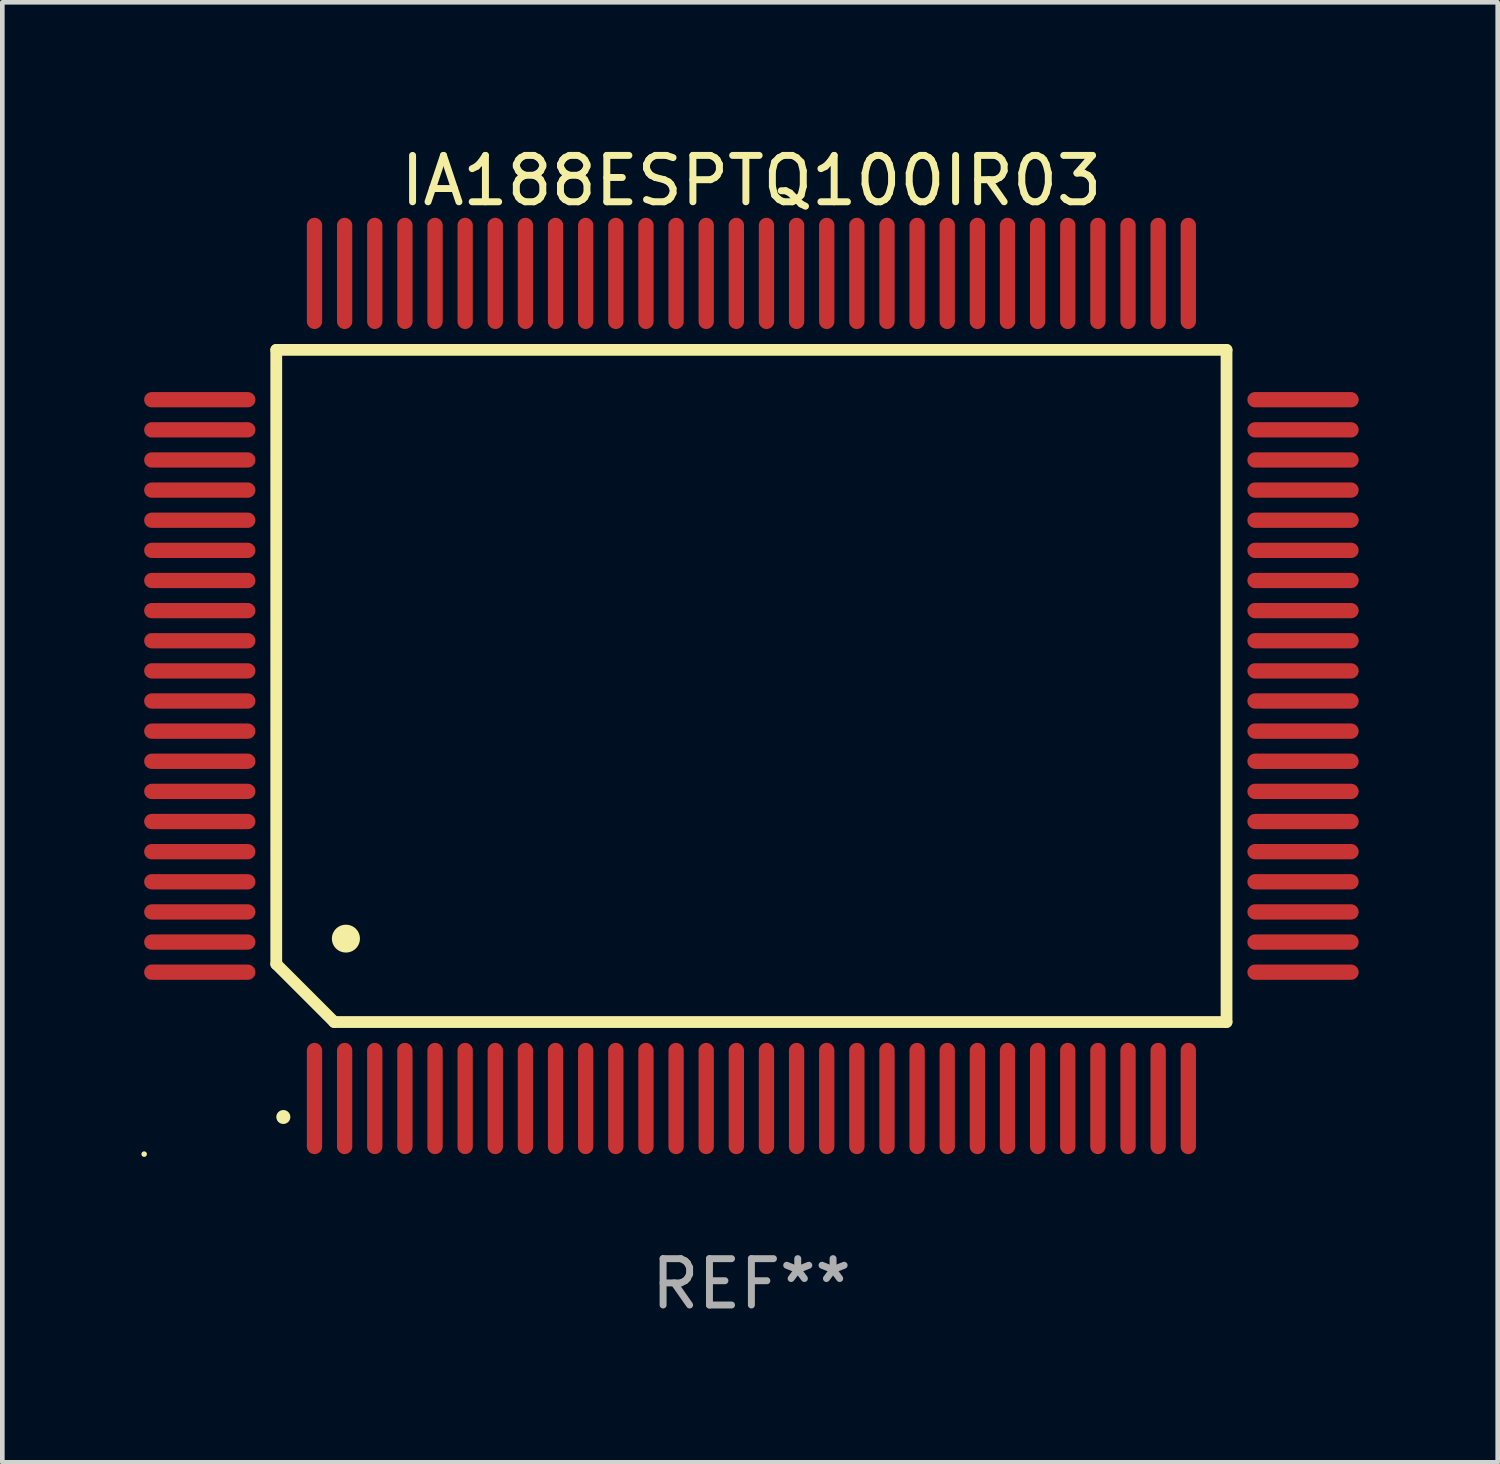
<source format=kicad_pcb>
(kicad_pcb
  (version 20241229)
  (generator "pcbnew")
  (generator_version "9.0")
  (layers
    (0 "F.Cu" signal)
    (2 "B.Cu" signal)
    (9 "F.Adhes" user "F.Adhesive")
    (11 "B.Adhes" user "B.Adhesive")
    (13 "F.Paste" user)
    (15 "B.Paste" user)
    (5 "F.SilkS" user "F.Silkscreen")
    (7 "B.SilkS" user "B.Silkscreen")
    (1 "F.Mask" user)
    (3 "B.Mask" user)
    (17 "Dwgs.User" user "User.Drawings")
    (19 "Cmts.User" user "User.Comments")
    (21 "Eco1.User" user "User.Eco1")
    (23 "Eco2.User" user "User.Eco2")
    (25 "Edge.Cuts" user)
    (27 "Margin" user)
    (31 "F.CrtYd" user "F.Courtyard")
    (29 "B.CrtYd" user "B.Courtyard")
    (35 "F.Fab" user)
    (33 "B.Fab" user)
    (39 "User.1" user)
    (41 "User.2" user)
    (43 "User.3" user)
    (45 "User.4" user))
  (footprint "IA188ESPTQ100IR03"
    (layer "F.Cu")
    (at 13.16 11.748)
    (property "Reference" "IA188ESPTQ100IR03" (at 0 -10.9 0) (layer "F.SilkS") (effects (font (size 1 1) (thickness 0.15))))
    (attr through_hole)
    (fp_line (start -10.25 -7.25) (end 10.25 -7.25) (stroke (width 0.254) (type solid)) (layer "F.SilkS"))
    (fp_line (start -10.25 6) (end -10.25 -7.25) (stroke (width 0.254) (type solid)) (layer "F.SilkS"))
    (fp_line (start -9 7.25) (end -10.25 6) (stroke (width 0.254) (type solid)) (layer "F.SilkS"))
    (fp_line (start 10.25 -7.25) (end 10.25 7.25) (stroke (width 0.254) (type solid)) (layer "F.SilkS"))
    (fp_line (start 10.25 7.25) (end -9 7.25) (stroke (width 0.254) (type solid)) (layer "F.SilkS"))
    (fp_arc (start -10.09906 9.298959) (mid -10.09779 9.298954) (end -10.09652 9.298959) (stroke (width 0.3) (type solid)) (layer "F.SilkS"))
    (fp_arc (start -8.750318 5.450851) (mid -8.747778 5.45084) (end -8.745238 5.450851) (stroke (width 0.6) (type solid)) (layer "F.SilkS"))
    (fp_circle (center -13.1 10.1) (end -13.07 10.1) (stroke (width 0.06) (type solid)) (fill no) (layer "F.SilkS"))
    (fp_text user "REF**" (at 0 12.9 0) (layer "F.Fab") (effects (font (size 1 1) (thickness 0.15))))
    (pad "1" smd oval (at -9.425 8.9 180) (size 0.33 2.4) (layers "F.Cu" "F.Mask" "F.Paste"))
    (pad "2" smd oval (at -8.775 8.9 180) (size 0.33 2.4) (layers "F.Cu" "F.Mask" "F.Paste"))
    (pad "3" smd oval (at -8.125 8.9 180) (size 0.33 2.4) (layers "F.Cu" "F.Mask" "F.Paste"))
    (pad "4" smd oval (at -7.475 8.9 180) (size 0.33 2.4) (layers "F.Cu" "F.Mask" "F.Paste"))
    (pad "5" smd oval (at -6.825 8.9 180) (size 0.33 2.4) (layers "F.Cu" "F.Mask" "F.Paste"))
    (pad "6" smd oval (at -6.175 8.9 180) (size 0.33 2.4) (layers "F.Cu" "F.Mask" "F.Paste"))
    (pad "7" smd oval (at -5.525 8.9 180) (size 0.33 2.4) (layers "F.Cu" "F.Mask" "F.Paste"))
    (pad "8" smd oval (at -4.875 8.9 180) (size 0.33 2.4) (layers "F.Cu" "F.Mask" "F.Paste"))
    (pad "9" smd oval (at -4.225 8.9 180) (size 0.33 2.4) (layers "F.Cu" "F.Mask" "F.Paste"))
    (pad "10" smd oval (at -3.575 8.9 180) (size 0.33 2.4) (layers "F.Cu" "F.Mask" "F.Paste"))
    (pad "11" smd oval (at -2.925 8.9 180) (size 0.33 2.4) (layers "F.Cu" "F.Mask" "F.Paste"))
    (pad "12" smd oval (at -2.275 8.9 180) (size 0.33 2.4) (layers "F.Cu" "F.Mask" "F.Paste"))
    (pad "13" smd oval (at -1.625 8.9 180) (size 0.33 2.4) (layers "F.Cu" "F.Mask" "F.Paste"))
    (pad "14" smd oval (at -0.975 8.9 180) (size 0.33 2.4) (layers "F.Cu" "F.Mask" "F.Paste"))
    (pad "15" smd oval (at -0.325 8.9 180) (size 0.33 2.4) (layers "F.Cu" "F.Mask" "F.Paste"))
    (pad "16" smd oval (at 0.325 8.9 180) (size 0.33 2.4) (layers "F.Cu" "F.Mask" "F.Paste"))
    (pad "17" smd oval (at 0.975 8.9 180) (size 0.33 2.4) (layers "F.Cu" "F.Mask" "F.Paste"))
    (pad "18" smd oval (at 1.625 8.9 180) (size 0.33 2.4) (layers "F.Cu" "F.Mask" "F.Paste"))
    (pad "19" smd oval (at 2.275 8.9 180) (size 0.33 2.4) (layers "F.Cu" "F.Mask" "F.Paste"))
    (pad "20" smd oval (at 2.925 8.9 180) (size 0.33 2.4) (layers "F.Cu" "F.Mask" "F.Paste"))
    (pad "21" smd oval (at 3.575 8.9 180) (size 0.33 2.4) (layers "F.Cu" "F.Mask" "F.Paste"))
    (pad "22" smd oval (at 4.225 8.9 180) (size 0.33 2.4) (layers "F.Cu" "F.Mask" "F.Paste"))
    (pad "23" smd oval (at 4.875 8.9 180) (size 0.33 2.4) (layers "F.Cu" "F.Mask" "F.Paste"))
    (pad "24" smd oval (at 5.525 8.9 180) (size 0.33 2.4) (layers "F.Cu" "F.Mask" "F.Paste"))
    (pad "25" smd oval (at 6.175 8.9 180) (size 0.33 2.4) (layers "F.Cu" "F.Mask" "F.Paste"))
    (pad "26" smd oval (at 6.825 8.9 180) (size 0.33 2.4) (layers "F.Cu" "F.Mask" "F.Paste"))
    (pad "27" smd oval (at 7.475 8.9 180) (size 0.33 2.4) (layers "F.Cu" "F.Mask" "F.Paste"))
    (pad "28" smd oval (at 8.125 8.9 180) (size 0.33 2.4) (layers "F.Cu" "F.Mask" "F.Paste"))
    (pad "29" smd oval (at 8.775 8.9 180) (size 0.33 2.4) (layers "F.Cu" "F.Mask" "F.Paste"))
    (pad "30" smd oval (at 9.425 8.9 180) (size 0.33 2.4) (layers "F.Cu" "F.Mask" "F.Paste"))
    (pad "31" smd oval (at 11.9 6.175 270) (size 0.33 2.4) (layers "F.Cu" "F.Mask" "F.Paste"))
    (pad "32" smd oval (at 11.9 5.525 270) (size 0.33 2.4) (layers "F.Cu" "F.Mask" "F.Paste"))
    (pad "33" smd oval (at 11.9 4.875 270) (size 0.33 2.4) (layers "F.Cu" "F.Mask" "F.Paste"))
    (pad "34" smd oval (at 11.9 4.225 270) (size 0.33 2.4) (layers "F.Cu" "F.Mask" "F.Paste"))
    (pad "35" smd oval (at 11.9 3.575 270) (size 0.33 2.4) (layers "F.Cu" "F.Mask" "F.Paste"))
    (pad "36" smd oval (at 11.9 2.925 270) (size 0.33 2.4) (layers "F.Cu" "F.Mask" "F.Paste"))
    (pad "37" smd oval (at 11.9 2.275 270) (size 0.33 2.4) (layers "F.Cu" "F.Mask" "F.Paste"))
    (pad "38" smd oval (at 11.9 1.625 270) (size 0.33 2.4) (layers "F.Cu" "F.Mask" "F.Paste"))
    (pad "39" smd oval (at 11.9 0.975 270) (size 0.33 2.4) (layers "F.Cu" "F.Mask" "F.Paste"))
    (pad "40" smd oval (at 11.9 0.325 270) (size 0.33 2.4) (layers "F.Cu" "F.Mask" "F.Paste"))
    (pad "41" smd oval (at 11.9 -0.325 270) (size 0.33 2.4) (layers "F.Cu" "F.Mask" "F.Paste"))
    (pad "42" smd oval (at 11.9 -0.975 270) (size 0.33 2.4) (layers "F.Cu" "F.Mask" "F.Paste"))
    (pad "43" smd oval (at 11.9 -1.625 270) (size 0.33 2.4) (layers "F.Cu" "F.Mask" "F.Paste"))
    (pad "44" smd oval (at 11.9 -2.275 270) (size 0.33 2.4) (layers "F.Cu" "F.Mask" "F.Paste"))
    (pad "45" smd oval (at 11.9 -2.925 270) (size 0.33 2.4) (layers "F.Cu" "F.Mask" "F.Paste"))
    (pad "46" smd oval (at 11.9 -3.575 270) (size 0.33 2.4) (layers "F.Cu" "F.Mask" "F.Paste"))
    (pad "47" smd oval (at 11.9 -4.225 270) (size 0.33 2.4) (layers "F.Cu" "F.Mask" "F.Paste"))
    (pad "48" smd oval (at 11.9 -4.875 270) (size 0.33 2.4) (layers "F.Cu" "F.Mask" "F.Paste"))
    (pad "49" smd oval (at 11.9 -5.525 270) (size 0.33 2.4) (layers "F.Cu" "F.Mask" "F.Paste"))
    (pad "50" smd oval (at 11.9 -6.175 270) (size 0.33 2.4) (layers "F.Cu" "F.Mask" "F.Paste"))
    (pad "51" smd oval (at 9.425 -8.9) (size 0.33 2.4) (layers "F.Cu" "F.Mask" "F.Paste"))
    (pad "52" smd oval (at 8.775 -8.9) (size 0.33 2.4) (layers "F.Cu" "F.Mask" "F.Paste"))
    (pad "53" smd oval (at 8.125 -8.9) (size 0.33 2.4) (layers "F.Cu" "F.Mask" "F.Paste"))
    (pad "54" smd oval (at 7.475 -8.9) (size 0.33 2.4) (layers "F.Cu" "F.Mask" "F.Paste"))
    (pad "55" smd oval (at 6.825 -8.9) (size 0.33 2.4) (layers "F.Cu" "F.Mask" "F.Paste"))
    (pad "56" smd oval (at 6.175 -8.9) (size 0.33 2.4) (layers "F.Cu" "F.Mask" "F.Paste"))
    (pad "57" smd oval (at 5.525 -8.9) (size 0.33 2.4) (layers "F.Cu" "F.Mask" "F.Paste"))
    (pad "58" smd oval (at 4.875 -8.9) (size 0.33 2.4) (layers "F.Cu" "F.Mask" "F.Paste"))
    (pad "59" smd oval (at 4.225 -8.9) (size 0.33 2.4) (layers "F.Cu" "F.Mask" "F.Paste"))
    (pad "60" smd oval (at 3.575 -8.9) (size 0.33 2.4) (layers "F.Cu" "F.Mask" "F.Paste"))
    (pad "61" smd oval (at 2.925 -8.9) (size 0.33 2.4) (layers "F.Cu" "F.Mask" "F.Paste"))
    (pad "62" smd oval (at 2.275 -8.9) (size 0.33 2.4) (layers "F.Cu" "F.Mask" "F.Paste"))
    (pad "63" smd oval (at 1.625 -8.9) (size 0.33 2.4) (layers "F.Cu" "F.Mask" "F.Paste"))
    (pad "64" smd oval (at 0.975 -8.9) (size 0.33 2.4) (layers "F.Cu" "F.Mask" "F.Paste"))
    (pad "65" smd oval (at 0.325 -8.9) (size 0.33 2.4) (layers "F.Cu" "F.Mask" "F.Paste"))
    (pad "66" smd oval (at -0.325 -8.9) (size 0.33 2.4) (layers "F.Cu" "F.Mask" "F.Paste"))
    (pad "67" smd oval (at -0.975 -8.9) (size 0.33 2.4) (layers "F.Cu" "F.Mask" "F.Paste"))
    (pad "68" smd oval (at -1.625 -8.9) (size 0.33 2.4) (layers "F.Cu" "F.Mask" "F.Paste"))
    (pad "69" smd oval (at -2.275 -8.9) (size 0.33 2.4) (layers "F.Cu" "F.Mask" "F.Paste"))
    (pad "70" smd oval (at -2.925 -8.9) (size 0.33 2.4) (layers "F.Cu" "F.Mask" "F.Paste"))
    (pad "71" smd oval (at -3.575 -8.9) (size 0.33 2.4) (layers "F.Cu" "F.Mask" "F.Paste"))
    (pad "72" smd oval (at -4.225 -8.9) (size 0.33 2.4) (layers "F.Cu" "F.Mask" "F.Paste"))
    (pad "73" smd oval (at -4.875 -8.9) (size 0.33 2.4) (layers "F.Cu" "F.Mask" "F.Paste"))
    (pad "74" smd oval (at -5.525 -8.9) (size 0.33 2.4) (layers "F.Cu" "F.Mask" "F.Paste"))
    (pad "75" smd oval (at -6.175 -8.9) (size 0.33 2.4) (layers "F.Cu" "F.Mask" "F.Paste"))
    (pad "76" smd oval (at -6.825 -8.9) (size 0.33 2.4) (layers "F.Cu" "F.Mask" "F.Paste"))
    (pad "77" smd oval (at -7.475 -8.9) (size 0.33 2.4) (layers "F.Cu" "F.Mask" "F.Paste"))
    (pad "78" smd oval (at -8.125 -8.9) (size 0.33 2.4) (layers "F.Cu" "F.Mask" "F.Paste"))
    (pad "79" smd oval (at -8.775 -8.9) (size 0.33 2.4) (layers "F.Cu" "F.Mask" "F.Paste"))
    (pad "80" smd oval (at -9.425 -8.9) (size 0.33 2.4) (layers "F.Cu" "F.Mask" "F.Paste"))
    (pad "81" smd oval (at -11.9 -6.175 90) (size 0.33 2.4) (layers "F.Cu" "F.Mask" "F.Paste"))
    (pad "82" smd oval (at -11.9 -5.525 90) (size 0.33 2.4) (layers "F.Cu" "F.Mask" "F.Paste"))
    (pad "83" smd oval (at -11.9 -4.875 90) (size 0.33 2.4) (layers "F.Cu" "F.Mask" "F.Paste"))
    (pad "84" smd oval (at -11.9 -4.225 90) (size 0.33 2.4) (layers "F.Cu" "F.Mask" "F.Paste"))
    (pad "85" smd oval (at -11.9 -3.575 90) (size 0.33 2.4) (layers "F.Cu" "F.Mask" "F.Paste"))
    (pad "86" smd oval (at -11.9 -2.925 90) (size 0.33 2.4) (layers "F.Cu" "F.Mask" "F.Paste"))
    (pad "87" smd oval (at -11.9 -2.275 90) (size 0.33 2.4) (layers "F.Cu" "F.Mask" "F.Paste"))
    (pad "88" smd oval (at -11.9 -1.625 90) (size 0.33 2.4) (layers "F.Cu" "F.Mask" "F.Paste"))
    (pad "89" smd oval (at -11.9 -0.975 90) (size 0.33 2.4) (layers "F.Cu" "F.Mask" "F.Paste"))
    (pad "90" smd oval (at -11.9 -0.325 90) (size 0.33 2.4) (layers "F.Cu" "F.Mask" "F.Paste"))
    (pad "91" smd oval (at -11.9 0.325 90) (size 0.33 2.4) (layers "F.Cu" "F.Mask" "F.Paste"))
    (pad "92" smd oval (at -11.9 0.975 90) (size 0.33 2.4) (layers "F.Cu" "F.Mask" "F.Paste"))
    (pad "93" smd oval (at -11.9 1.625 90) (size 0.33 2.4) (layers "F.Cu" "F.Mask" "F.Paste"))
    (pad "94" smd oval (at -11.9 2.275 90) (size 0.33 2.4) (layers "F.Cu" "F.Mask" "F.Paste"))
    (pad "95" smd oval (at -11.9 2.925 90) (size 0.33 2.4) (layers "F.Cu" "F.Mask" "F.Paste"))
    (pad "96" smd oval (at -11.9 3.575 90) (size 0.33 2.4) (layers "F.Cu" "F.Mask" "F.Paste"))
    (pad "97" smd oval (at -11.9 4.225 90) (size 0.33 2.4) (layers "F.Cu" "F.Mask" "F.Paste"))
    (pad "98" smd oval (at -11.9 4.875 90) (size 0.33 2.4) (layers "F.Cu" "F.Mask" "F.Paste"))
    (pad "99" smd oval (at -11.9 5.525 90) (size 0.33 2.4) (layers "F.Cu" "F.Mask" "F.Paste"))
    (pad "100" smd oval (at -11.9 6.175 90) (size 0.33 2.4) (layers "F.Cu" "F.Mask" "F.Paste")))
  (gr_rect
    (start -3 -3)
    (end 29.26 28.496)
    (stroke (width 0.1) (type default))
    (fill no)
    (layer "Edge.Cuts")))
</source>
